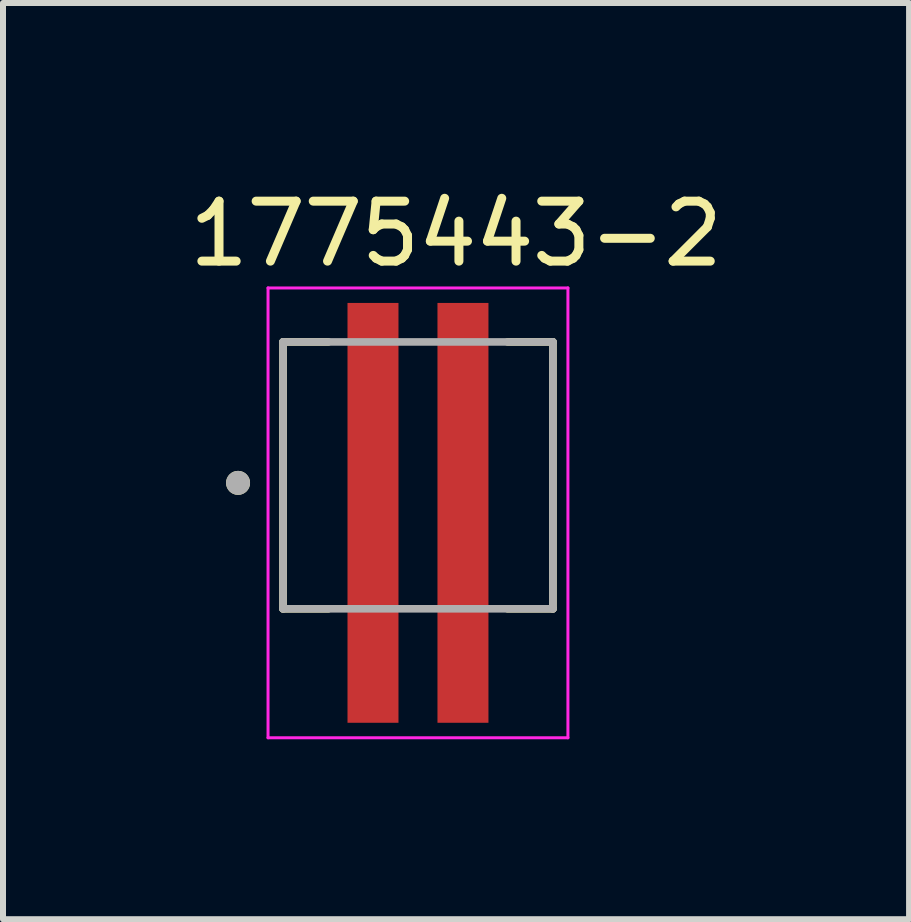
<source format=kicad_pcb>
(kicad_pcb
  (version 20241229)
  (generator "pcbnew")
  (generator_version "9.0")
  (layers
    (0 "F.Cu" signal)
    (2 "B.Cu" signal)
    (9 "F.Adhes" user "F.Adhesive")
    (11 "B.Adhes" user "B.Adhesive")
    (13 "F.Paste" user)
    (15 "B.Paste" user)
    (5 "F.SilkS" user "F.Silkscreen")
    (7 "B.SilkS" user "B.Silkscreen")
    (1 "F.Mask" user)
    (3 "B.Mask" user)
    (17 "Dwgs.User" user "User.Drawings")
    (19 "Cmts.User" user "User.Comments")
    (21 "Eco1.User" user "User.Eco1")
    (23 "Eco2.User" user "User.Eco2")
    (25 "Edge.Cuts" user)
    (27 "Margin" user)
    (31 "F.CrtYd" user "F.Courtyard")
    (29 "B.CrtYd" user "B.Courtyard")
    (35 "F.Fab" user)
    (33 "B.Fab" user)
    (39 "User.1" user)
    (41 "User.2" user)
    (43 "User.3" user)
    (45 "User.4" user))
  (footprint "1775443-2"
    (layer "F.Cu")
    (at 3.919 4.876)
    (property "Reference" "1775443-2" (at 0.635 -4.027 0) (layer "F.SilkS") (effects (font (size 1 1) (thickness 0.15))))
    (attr smd)
    (fp_poly (pts (xy -1.275 -2.975) (xy -0.225 -2.975) (xy -0.225 -0.225) (xy -1.275 -0.225)) (stroke (width 0.01) (type solid)) (fill yes) (layer "F.Mask"))
    (fp_poly (pts (xy -1.275 0.575) (xy -0.225 0.575) (xy -0.225 4.225) (xy -1.275 4.225)) (stroke (width 0.01) (type solid)) (fill yes) (layer "F.Mask"))
    (fp_poly (pts (xy 0.225 -2.975) (xy 1.275 -2.975) (xy 1.275 -0.225) (xy 0.225 -0.225)) (stroke (width 0.01) (type solid)) (fill yes) (layer "F.Mask"))
    (fp_poly (pts (xy 0.225 0.575) (xy 1.275 0.575) (xy 1.275 4.225) (xy 0.225 4.225)) (stroke (width 0.01) (type solid)) (fill yes) (layer "F.Mask"))
    (fp_line (start -2.25 -2.225) (end -1.495 -2.225) (stroke (width 0.127) (type solid)) (layer "F.SilkS"))
    (fp_line (start -2.25 2.225) (end -2.25 -2.225) (stroke (width 0.127) (type solid)) (layer "F.SilkS"))
    (fp_line (start -1.495 2.225) (end -2.25 2.225) (stroke (width 0.127) (type solid)) (layer "F.SilkS"))
    (fp_line (start 1.495 -2.225) (end 2.25 -2.225) (stroke (width 0.127) (type solid)) (layer "F.SilkS"))
    (fp_line (start 2.25 -2.225) (end 2.25 2.225) (stroke (width 0.127) (type solid)) (layer "F.SilkS"))
    (fp_line (start 2.25 2.225) (end 1.495 2.225) (stroke (width 0.127) (type solid)) (layer "F.SilkS"))
    (fp_circle (center -3 0.125) (end -2.9 0.125) (stroke (width 0.2) (type solid)) (fill no) (layer "F.SilkS"))
    (fp_poly (pts (xy -1.175 -2.875) (xy -0.325 -2.875) (xy -0.325 -0.225) (xy -1.175 -0.225)) (stroke (width 0.01) (type solid)) (fill yes) (layer "F.Paste"))
    (fp_poly (pts (xy -1.175 0.575) (xy -0.325 0.575) (xy -0.325 4.125) (xy -1.175 4.125)) (stroke (width 0.01) (type solid)) (fill yes) (layer "F.Paste"))
    (fp_poly (pts (xy 0.325 -2.875) (xy 1.175 -2.875) (xy 1.175 -0.225) (xy 0.325 -0.225)) (stroke (width 0.01) (type solid)) (fill yes) (layer "F.Paste"))
    (fp_poly (pts (xy 0.325 0.575) (xy 1.175 0.575) (xy 1.175 4.125) (xy 0.325 4.125)) (stroke (width 0.01) (type solid)) (fill yes) (layer "F.Paste"))
    (fp_line (start -2.5 -3.125) (end -2.5 4.375) (stroke (width 0.05) (type solid)) (layer "F.CrtYd"))
    (fp_line (start -2.5 4.375) (end 2.5 4.375) (stroke (width 0.05) (type solid)) (layer "F.CrtYd"))
    (fp_line (start 2.5 -3.125) (end -2.5 -3.125) (stroke (width 0.05) (type solid)) (layer "F.CrtYd"))
    (fp_line (start 2.5 4.375) (end 2.5 -3.125) (stroke (width 0.05) (type solid)) (layer "F.CrtYd"))
    (fp_line (start -2.25 -2.225) (end 2.25 -2.225) (stroke (width 0.127) (type solid)) (layer "F.Fab"))
    (fp_line (start -2.25 2.225) (end -2.25 -2.225) (stroke (width 0.127) (type solid)) (layer "F.Fab"))
    (fp_line (start 2.25 -2.225) (end 2.25 2.225) (stroke (width 0.127) (type solid)) (layer "F.Fab"))
    (fp_line (start 2.25 2.225) (end -2.25 2.225) (stroke (width 0.127) (type solid)) (layer "F.Fab"))
    (fp_circle (center -3 0.125) (end -2.9 0.125) (stroke (width 0.2) (type solid)) (fill no) (layer "F.Fab"))
    (pad "1" smd rect (at -0.75 0.625) (size 0.85 7) (layers "F.Cu"))
    (pad "2" smd rect (at 0.75 0.625) (size 0.85 7) (layers "F.Cu")))
  (gr_rect
    (start -3 -3)
    (end 12.107 12.276)
    (stroke (width 0.1) (type default))
    (fill no)
    (layer "Edge.Cuts")))
</source>
